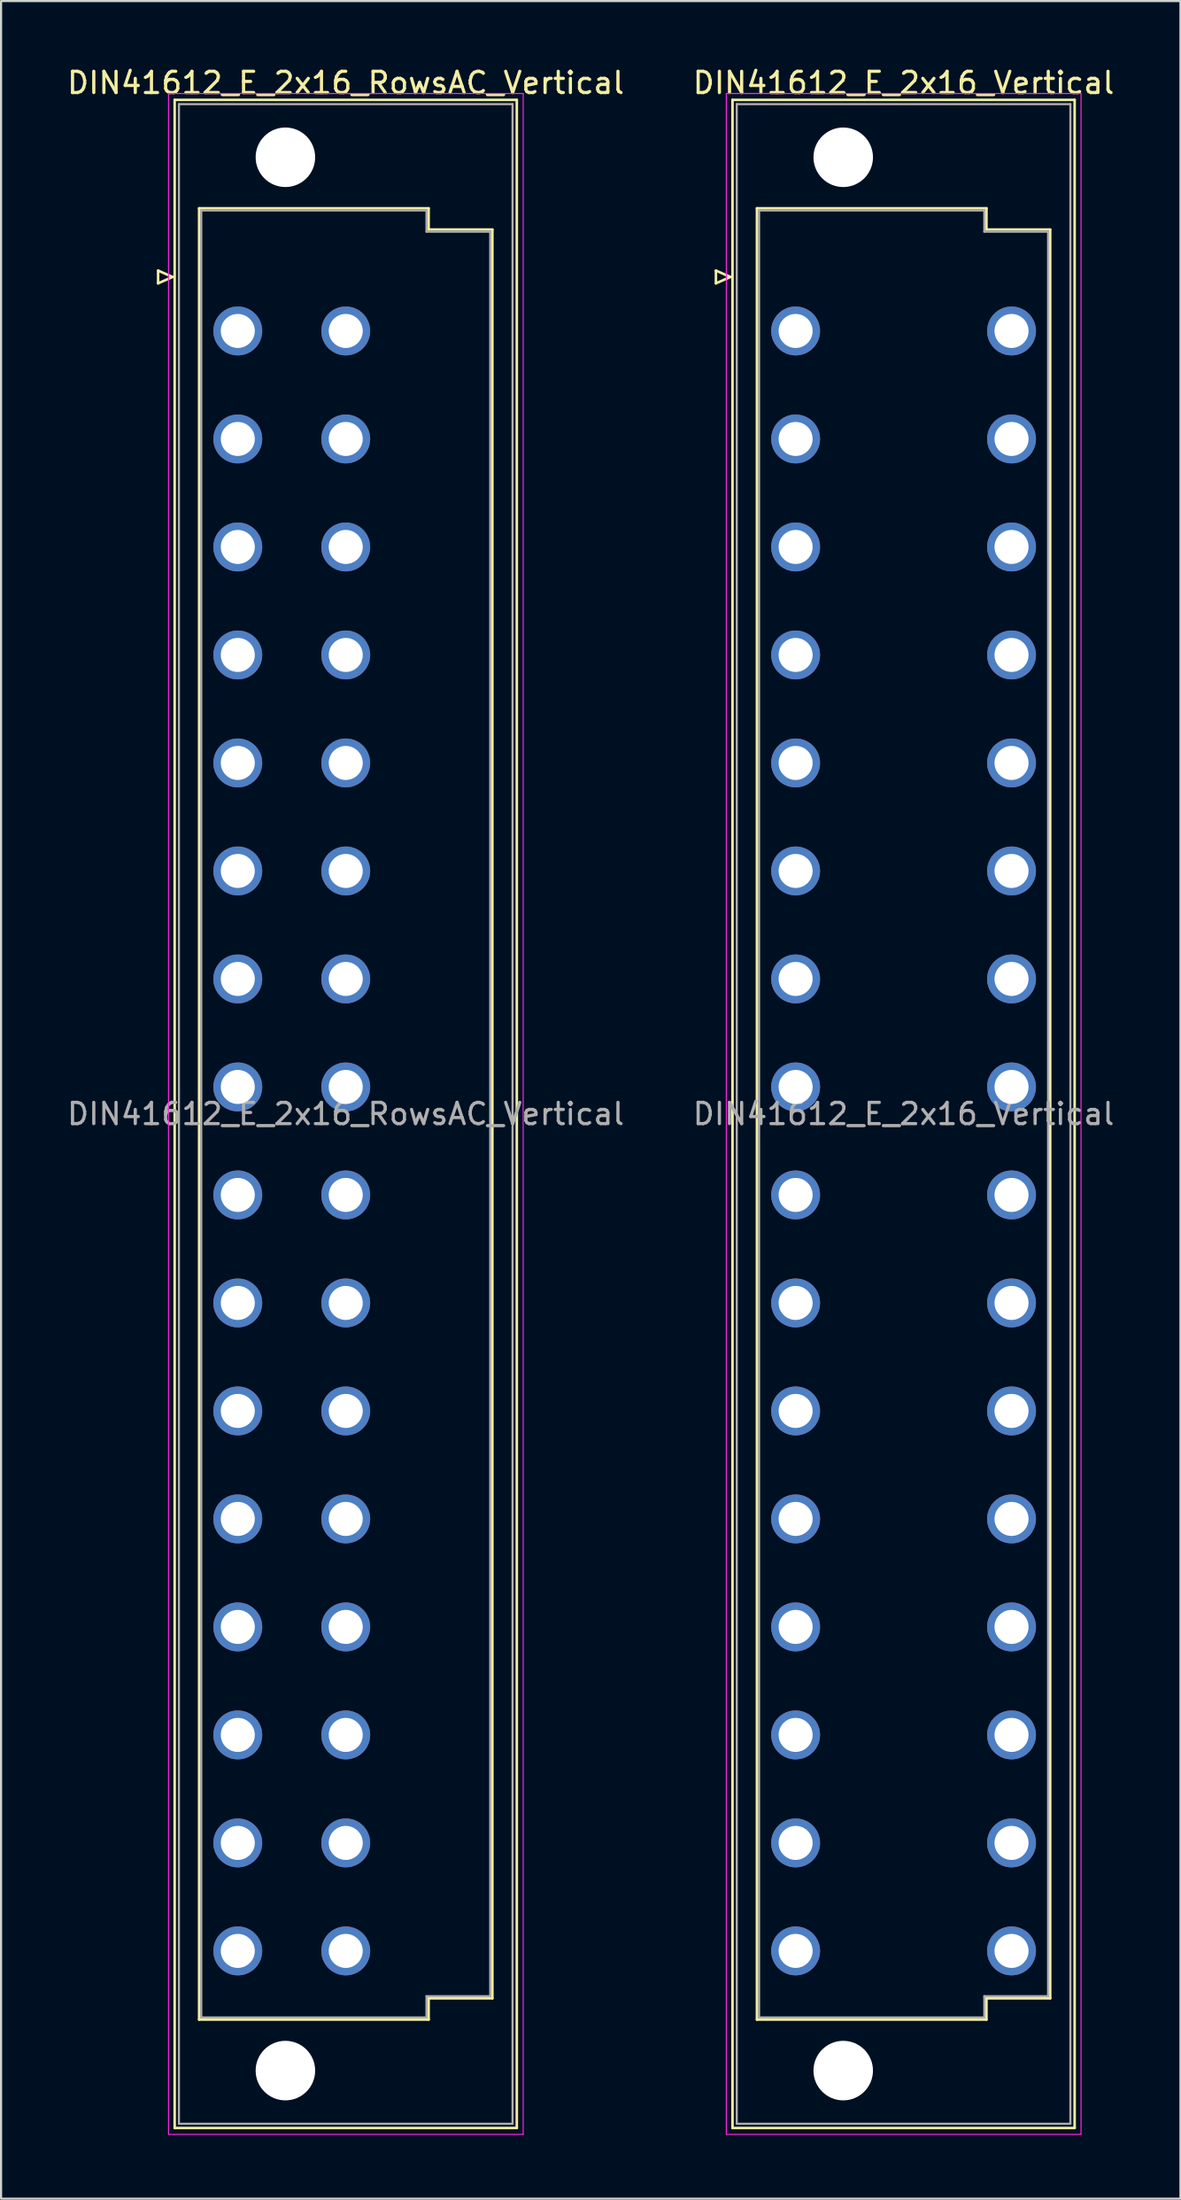
<source format=kicad_pcb>
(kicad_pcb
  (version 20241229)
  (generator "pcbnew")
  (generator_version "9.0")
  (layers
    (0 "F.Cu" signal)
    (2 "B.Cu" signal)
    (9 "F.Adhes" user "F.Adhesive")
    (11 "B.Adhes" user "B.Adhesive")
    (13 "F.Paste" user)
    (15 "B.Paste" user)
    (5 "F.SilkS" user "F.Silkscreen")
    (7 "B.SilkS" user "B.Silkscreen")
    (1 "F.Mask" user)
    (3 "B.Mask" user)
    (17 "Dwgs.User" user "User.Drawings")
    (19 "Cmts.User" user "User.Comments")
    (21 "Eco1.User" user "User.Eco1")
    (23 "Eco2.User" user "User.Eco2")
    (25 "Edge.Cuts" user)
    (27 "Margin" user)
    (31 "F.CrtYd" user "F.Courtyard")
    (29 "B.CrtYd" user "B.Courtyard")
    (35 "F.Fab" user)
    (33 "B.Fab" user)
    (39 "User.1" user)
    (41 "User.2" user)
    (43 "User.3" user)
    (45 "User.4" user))
  (footprint "DIN41612_E_2x16_Vertical"
    (layer "F.Cu")
    (at 34.39 9.978)
    (property "Reference" "DIN41612_E_2x16_Vertical" (at 5.08 -9.13 0) (layer "F.SilkS") (effects (font (size 1 1) (thickness 0.15))))
    (attr through_hole)
    (fp_line (start -3.75 -0.3) (end -3.75 0.3) (stroke (width 0.12) (type solid)) (layer "F.SilkS"))
    (fp_line (start -3.75 0.3) (end -3.07 0) (stroke (width 0.12) (type solid)) (layer "F.SilkS"))
    (fp_line (start -3.07 0) (end -3.75 -0.3) (stroke (width 0.12) (type solid)) (layer "F.SilkS"))
    (fp_line (start -2.97 -8.33) (end 13.13 -8.33) (stroke (width 0.12) (type solid)) (layer "F.SilkS"))
    (fp_line (start -2.97 87.07) (end -2.97 -8.33) (stroke (width 0.12) (type solid)) (layer "F.SilkS"))
    (fp_line (start -1.82 -3.23) (end 8.98 -3.23) (stroke (width 0.12) (type solid)) (layer "F.SilkS"))
    (fp_line (start -1.82 81.97) (end -1.82 -3.23) (stroke (width 0.12) (type solid)) (layer "F.SilkS"))
    (fp_line (start 8.98 -3.23) (end 8.98 -2.23) (stroke (width 0.12) (type solid)) (layer "F.SilkS"))
    (fp_line (start 8.98 -2.23) (end 11.98 -2.23) (stroke (width 0.12) (type solid)) (layer "F.SilkS"))
    (fp_line (start 8.98 80.97) (end 8.98 81.97) (stroke (width 0.12) (type solid)) (layer "F.SilkS"))
    (fp_line (start 8.98 81.97) (end -1.82 81.97) (stroke (width 0.12) (type solid)) (layer "F.SilkS"))
    (fp_line (start 11.98 -2.23) (end 11.98 80.97) (stroke (width 0.12) (type solid)) (layer "F.SilkS"))
    (fp_line (start 11.98 80.97) (end 8.98 80.97) (stroke (width 0.12) (type solid)) (layer "F.SilkS"))
    (fp_line (start 13.13 -8.33) (end 13.13 87.07) (stroke (width 0.12) (type solid)) (layer "F.SilkS"))
    (fp_line (start 13.13 87.07) (end -2.97 87.07) (stroke (width 0.12) (type solid)) (layer "F.SilkS"))
    (fp_line (start -3.26 -8.63) (end 13.43 -8.63) (stroke (width 0.05) (type solid)) (layer "F.CrtYd"))
    (fp_line (start -3.26 87.37) (end -3.26 -8.63) (stroke (width 0.05) (type solid)) (layer "F.CrtYd"))
    (fp_line (start 13.43 -8.63) (end 13.43 87.37) (stroke (width 0.05) (type solid)) (layer "F.CrtYd"))
    (fp_line (start 13.43 87.37) (end -3.26 87.37) (stroke (width 0.05) (type solid)) (layer "F.CrtYd"))
    (fp_line (start -2.77 -8.13) (end 12.93 -8.13) (stroke (width 0.1) (type solid)) (layer "F.Fab"))
    (fp_line (start -2.77 86.87) (end -2.77 -8.13) (stroke (width 0.1) (type solid)) (layer "F.Fab"))
    (fp_line (start -1.72 -3.13) (end 8.88 -3.13) (stroke (width 0.1) (type solid)) (layer "F.Fab"))
    (fp_line (start -1.72 81.87) (end -1.72 -3.13) (stroke (width 0.1) (type solid)) (layer "F.Fab"))
    (fp_line (start 8.88 -3.13) (end 8.88 -2.13) (stroke (width 0.1) (type solid)) (layer "F.Fab"))
    (fp_line (start 8.88 -2.13) (end 11.88 -2.13) (stroke (width 0.1) (type solid)) (layer "F.Fab"))
    (fp_line (start 8.88 80.87) (end 8.88 81.87) (stroke (width 0.1) (type solid)) (layer "F.Fab"))
    (fp_line (start 8.88 81.87) (end -1.72 81.87) (stroke (width 0.1) (type solid)) (layer "F.Fab"))
    (fp_line (start 11.88 -2.13) (end 11.88 80.87) (stroke (width 0.1) (type solid)) (layer "F.Fab"))
    (fp_line (start 11.88 80.87) (end 8.88 80.87) (stroke (width 0.1) (type solid)) (layer "F.Fab"))
    (fp_line (start 12.93 -8.13) (end 12.93 86.87) (stroke (width 0.1) (type solid)) (layer "F.Fab"))
    (fp_line (start 12.93 86.87) (end -2.77 86.87) (stroke (width 0.1) (type solid)) (layer "F.Fab"))
    (fp_text user "${REFERENCE}" (at 5.08 39.37 0) (layer "F.Fab") (effects (font (size 1 1) (thickness 0.15))))
    (pad "" np_thru_hole circle (at 2.24 -5.63) (size 2.8 2.8) (drill 2.8) (layers "*.Cu" "*.Mask"))
    (pad "" np_thru_hole circle (at 2.24 84.37) (size 2.8 2.8) (drill 2.8) (layers "*.Cu" "*.Mask"))
    (pad "a2" thru_hole circle (at 0 2.54) (size 2.3 2.3) (drill 1.6) (layers "*.Cu" "*.Mask"))
    (pad "a4" thru_hole circle (at 0 7.62) (size 2.3 2.3) (drill 1.6) (layers "*.Cu" "*.Mask"))
    (pad "a6" thru_hole circle (at 0 12.7) (size 2.3 2.3) (drill 1.6) (layers "*.Cu" "*.Mask"))
    (pad "a8" thru_hole circle (at 0 17.78) (size 2.3 2.3) (drill 1.6) (layers "*.Cu" "*.Mask"))
    (pad "a10" thru_hole circle (at 0 22.86) (size 2.3 2.3) (drill 1.6) (layers "*.Cu" "*.Mask"))
    (pad "a12" thru_hole circle (at 0 27.94) (size 2.3 2.3) (drill 1.6) (layers "*.Cu" "*.Mask"))
    (pad "a14" thru_hole circle (at 0 33.02) (size 2.3 2.3) (drill 1.6) (layers "*.Cu" "*.Mask"))
    (pad "a16" thru_hole circle (at 0 38.1) (size 2.3 2.3) (drill 1.6) (layers "*.Cu" "*.Mask"))
    (pad "a18" thru_hole circle (at 0 43.18) (size 2.3 2.3) (drill 1.6) (layers "*.Cu" "*.Mask"))
    (pad "a20" thru_hole circle (at 0 48.26) (size 2.3 2.3) (drill 1.6) (layers "*.Cu" "*.Mask"))
    (pad "a22" thru_hole circle (at 0 53.34) (size 2.3 2.3) (drill 1.6) (layers "*.Cu" "*.Mask"))
    (pad "a24" thru_hole circle (at 0 58.42) (size 2.3 2.3) (drill 1.6) (layers "*.Cu" "*.Mask"))
    (pad "a26" thru_hole circle (at 0 63.5) (size 2.3 2.3) (drill 1.6) (layers "*.Cu" "*.Mask"))
    (pad "a28" thru_hole circle (at 0 68.58) (size 2.3 2.3) (drill 1.6) (layers "*.Cu" "*.Mask"))
    (pad "a30" thru_hole circle (at 0 73.66) (size 2.3 2.3) (drill 1.6) (layers "*.Cu" "*.Mask"))
    (pad "a32" thru_hole circle (at 0 78.74) (size 2.3 2.3) (drill 1.6) (layers "*.Cu" "*.Mask"))
    (pad "e2" thru_hole circle (at 10.16 2.54) (size 2.3 2.3) (drill 1.6) (layers "*.Cu" "*.Mask"))
    (pad "e4" thru_hole circle (at 10.16 7.62) (size 2.3 2.3) (drill 1.6) (layers "*.Cu" "*.Mask"))
    (pad "e6" thru_hole circle (at 10.16 12.7) (size 2.3 2.3) (drill 1.6) (layers "*.Cu" "*.Mask"))
    (pad "e8" thru_hole circle (at 10.16 17.78) (size 2.3 2.3) (drill 1.6) (layers "*.Cu" "*.Mask"))
    (pad "e10" thru_hole circle (at 10.16 22.86) (size 2.3 2.3) (drill 1.6) (layers "*.Cu" "*.Mask"))
    (pad "e12" thru_hole circle (at 10.16 27.94) (size 2.3 2.3) (drill 1.6) (layers "*.Cu" "*.Mask"))
    (pad "e14" thru_hole circle (at 10.16 33.02) (size 2.3 2.3) (drill 1.6) (layers "*.Cu" "*.Mask"))
    (pad "e16" thru_hole circle (at 10.16 38.1) (size 2.3 2.3) (drill 1.6) (layers "*.Cu" "*.Mask"))
    (pad "e18" thru_hole circle (at 10.16 43.18) (size 2.3 2.3) (drill 1.6) (layers "*.Cu" "*.Mask"))
    (pad "e20" thru_hole circle (at 10.16 48.26) (size 2.3 2.3) (drill 1.6) (layers "*.Cu" "*.Mask"))
    (pad "e22" thru_hole circle (at 10.16 53.34) (size 2.3 2.3) (drill 1.6) (layers "*.Cu" "*.Mask"))
    (pad "e24" thru_hole circle (at 10.16 58.42) (size 2.3 2.3) (drill 1.6) (layers "*.Cu" "*.Mask"))
    (pad "e26" thru_hole circle (at 10.16 63.5) (size 2.3 2.3) (drill 1.6) (layers "*.Cu" "*.Mask"))
    (pad "e28" thru_hole circle (at 10.16 68.58) (size 2.3 2.3) (drill 1.6) (layers "*.Cu" "*.Mask"))
    (pad "e30" thru_hole circle (at 10.16 73.66) (size 2.3 2.3) (drill 1.6) (layers "*.Cu" "*.Mask"))
    (pad "e32" thru_hole circle (at 10.16 78.74) (size 2.3 2.3) (drill 1.6) (layers "*.Cu" "*.Mask")))
  (footprint "DIN41612_E_2x16_RowsAC_Vertical"
    (layer "F.Cu")
    (at 8.14 9.978)
    (property "Reference" "DIN41612_E_2x16_RowsAC_Vertical" (at 5.08 -9.13 0) (layer "F.SilkS") (effects (font (size 1 1) (thickness 0.15))))
    (attr through_hole)
    (fp_line (start -3.75 -0.3) (end -3.75 0.3) (stroke (width 0.12) (type solid)) (layer "F.SilkS"))
    (fp_line (start -3.75 0.3) (end -3.07 0) (stroke (width 0.12) (type solid)) (layer "F.SilkS"))
    (fp_line (start -3.07 0) (end -3.75 -0.3) (stroke (width 0.12) (type solid)) (layer "F.SilkS"))
    (fp_line (start -2.97 -8.33) (end 13.13 -8.33) (stroke (width 0.12) (type solid)) (layer "F.SilkS"))
    (fp_line (start -2.97 87.07) (end -2.97 -8.33) (stroke (width 0.12) (type solid)) (layer "F.SilkS"))
    (fp_line (start -1.82 -3.23) (end 8.98 -3.23) (stroke (width 0.12) (type solid)) (layer "F.SilkS"))
    (fp_line (start -1.82 81.97) (end -1.82 -3.23) (stroke (width 0.12) (type solid)) (layer "F.SilkS"))
    (fp_line (start 8.98 -3.23) (end 8.98 -2.23) (stroke (width 0.12) (type solid)) (layer "F.SilkS"))
    (fp_line (start 8.98 -2.23) (end 11.98 -2.23) (stroke (width 0.12) (type solid)) (layer "F.SilkS"))
    (fp_line (start 8.98 80.97) (end 8.98 81.97) (stroke (width 0.12) (type solid)) (layer "F.SilkS"))
    (fp_line (start 8.98 81.97) (end -1.82 81.97) (stroke (width 0.12) (type solid)) (layer "F.SilkS"))
    (fp_line (start 11.98 -2.23) (end 11.98 80.97) (stroke (width 0.12) (type solid)) (layer "F.SilkS"))
    (fp_line (start 11.98 80.97) (end 8.98 80.97) (stroke (width 0.12) (type solid)) (layer "F.SilkS"))
    (fp_line (start 13.13 -8.33) (end 13.13 87.07) (stroke (width 0.12) (type solid)) (layer "F.SilkS"))
    (fp_line (start 13.13 87.07) (end -2.97 87.07) (stroke (width 0.12) (type solid)) (layer "F.SilkS"))
    (fp_line (start -3.26 -8.63) (end 13.43 -8.63) (stroke (width 0.05) (type solid)) (layer "F.CrtYd"))
    (fp_line (start -3.26 87.37) (end -3.26 -8.63) (stroke (width 0.05) (type solid)) (layer "F.CrtYd"))
    (fp_line (start 13.43 -8.63) (end 13.43 87.37) (stroke (width 0.05) (type solid)) (layer "F.CrtYd"))
    (fp_line (start 13.43 87.37) (end -3.26 87.37) (stroke (width 0.05) (type solid)) (layer "F.CrtYd"))
    (fp_line (start -2.77 -8.13) (end 12.93 -8.13) (stroke (width 0.1) (type solid)) (layer "F.Fab"))
    (fp_line (start -2.77 86.87) (end -2.77 -8.13) (stroke (width 0.1) (type solid)) (layer "F.Fab"))
    (fp_line (start -1.72 -3.13) (end 8.88 -3.13) (stroke (width 0.1) (type solid)) (layer "F.Fab"))
    (fp_line (start -1.72 81.87) (end -1.72 -3.13) (stroke (width 0.1) (type solid)) (layer "F.Fab"))
    (fp_line (start 8.88 -3.13) (end 8.88 -2.13) (stroke (width 0.1) (type solid)) (layer "F.Fab"))
    (fp_line (start 8.88 -2.13) (end 11.88 -2.13) (stroke (width 0.1) (type solid)) (layer "F.Fab"))
    (fp_line (start 8.88 80.87) (end 8.88 81.87) (stroke (width 0.1) (type solid)) (layer "F.Fab"))
    (fp_line (start 8.88 81.87) (end -1.72 81.87) (stroke (width 0.1) (type solid)) (layer "F.Fab"))
    (fp_line (start 11.88 -2.13) (end 11.88 80.87) (stroke (width 0.1) (type solid)) (layer "F.Fab"))
    (fp_line (start 11.88 80.87) (end 8.88 80.87) (stroke (width 0.1) (type solid)) (layer "F.Fab"))
    (fp_line (start 12.93 -8.13) (end 12.93 86.87) (stroke (width 0.1) (type solid)) (layer "F.Fab"))
    (fp_line (start 12.93 86.87) (end -2.77 86.87) (stroke (width 0.1) (type solid)) (layer "F.Fab"))
    (fp_text user "${REFERENCE}" (at 5.08 39.37 0) (layer "F.Fab") (effects (font (size 1 1) (thickness 0.15))))
    (pad "" np_thru_hole circle (at 2.24 -5.63) (size 2.8 2.8) (drill 2.8) (layers "*.Cu" "*.Mask"))
    (pad "" np_thru_hole circle (at 2.24 84.37) (size 2.8 2.8) (drill 2.8) (layers "*.Cu" "*.Mask"))
    (pad "a2" thru_hole circle (at 0 2.54) (size 2.3 2.3) (drill 1.6) (layers "*.Cu" "*.Mask"))
    (pad "a4" thru_hole circle (at 0 7.62) (size 2.3 2.3) (drill 1.6) (layers "*.Cu" "*.Mask"))
    (pad "a6" thru_hole circle (at 0 12.7) (size 2.3 2.3) (drill 1.6) (layers "*.Cu" "*.Mask"))
    (pad "a8" thru_hole circle (at 0 17.78) (size 2.3 2.3) (drill 1.6) (layers "*.Cu" "*.Mask"))
    (pad "a10" thru_hole circle (at 0 22.86) (size 2.3 2.3) (drill 1.6) (layers "*.Cu" "*.Mask"))
    (pad "a12" thru_hole circle (at 0 27.94) (size 2.3 2.3) (drill 1.6) (layers "*.Cu" "*.Mask"))
    (pad "a14" thru_hole circle (at 0 33.02) (size 2.3 2.3) (drill 1.6) (layers "*.Cu" "*.Mask"))
    (pad "a16" thru_hole circle (at 0 38.1) (size 2.3 2.3) (drill 1.6) (layers "*.Cu" "*.Mask"))
    (pad "a18" thru_hole circle (at 0 43.18) (size 2.3 2.3) (drill 1.6) (layers "*.Cu" "*.Mask"))
    (pad "a20" thru_hole circle (at 0 48.26) (size 2.3 2.3) (drill 1.6) (layers "*.Cu" "*.Mask"))
    (pad "a22" thru_hole circle (at 0 53.34) (size 2.3 2.3) (drill 1.6) (layers "*.Cu" "*.Mask"))
    (pad "a24" thru_hole circle (at 0 58.42) (size 2.3 2.3) (drill 1.6) (layers "*.Cu" "*.Mask"))
    (pad "a26" thru_hole circle (at 0 63.5) (size 2.3 2.3) (drill 1.6) (layers "*.Cu" "*.Mask"))
    (pad "a28" thru_hole circle (at 0 68.58) (size 2.3 2.3) (drill 1.6) (layers "*.Cu" "*.Mask"))
    (pad "a30" thru_hole circle (at 0 73.66) (size 2.3 2.3) (drill 1.6) (layers "*.Cu" "*.Mask"))
    (pad "a32" thru_hole circle (at 0 78.74) (size 2.3 2.3) (drill 1.6) (layers "*.Cu" "*.Mask"))
    (pad "c2" thru_hole circle (at 5.08 2.54) (size 2.3 2.3) (drill 1.6) (layers "*.Cu" "*.Mask"))
    (pad "c4" thru_hole circle (at 5.08 7.62) (size 2.3 2.3) (drill 1.6) (layers "*.Cu" "*.Mask"))
    (pad "c6" thru_hole circle (at 5.08 12.7) (size 2.3 2.3) (drill 1.6) (layers "*.Cu" "*.Mask"))
    (pad "c8" thru_hole circle (at 5.08 17.78) (size 2.3 2.3) (drill 1.6) (layers "*.Cu" "*.Mask"))
    (pad "c10" thru_hole circle (at 5.08 22.86) (size 2.3 2.3) (drill 1.6) (layers "*.Cu" "*.Mask"))
    (pad "c12" thru_hole circle (at 5.08 27.94) (size 2.3 2.3) (drill 1.6) (layers "*.Cu" "*.Mask"))
    (pad "c14" thru_hole circle (at 5.08 33.02) (size 2.3 2.3) (drill 1.6) (layers "*.Cu" "*.Mask"))
    (pad "c16" thru_hole circle (at 5.08 38.1) (size 2.3 2.3) (drill 1.6) (layers "*.Cu" "*.Mask"))
    (pad "c18" thru_hole circle (at 5.08 43.18) (size 2.3 2.3) (drill 1.6) (layers "*.Cu" "*.Mask"))
    (pad "c20" thru_hole circle (at 5.08 48.26) (size 2.3 2.3) (drill 1.6) (layers "*.Cu" "*.Mask"))
    (pad "c22" thru_hole circle (at 5.08 53.34) (size 2.3 2.3) (drill 1.6) (layers "*.Cu" "*.Mask"))
    (pad "c24" thru_hole circle (at 5.08 58.42) (size 2.3 2.3) (drill 1.6) (layers "*.Cu" "*.Mask"))
    (pad "c26" thru_hole circle (at 5.08 63.5) (size 2.3 2.3) (drill 1.6) (layers "*.Cu" "*.Mask"))
    (pad "c28" thru_hole circle (at 5.08 68.58) (size 2.3 2.3) (drill 1.6) (layers "*.Cu" "*.Mask"))
    (pad "c30" thru_hole circle (at 5.08 73.66) (size 2.3 2.3) (drill 1.6) (layers "*.Cu" "*.Mask"))
    (pad "c32" thru_hole circle (at 5.08 78.74) (size 2.3 2.3) (drill 1.6) (layers "*.Cu" "*.Mask")))
  (gr_rect
    (start -3 -3)
    (end 52.5 100.373)
    (stroke (width 0.1) (type default))
    (fill no)
    (layer "Edge.Cuts")))
</source>
